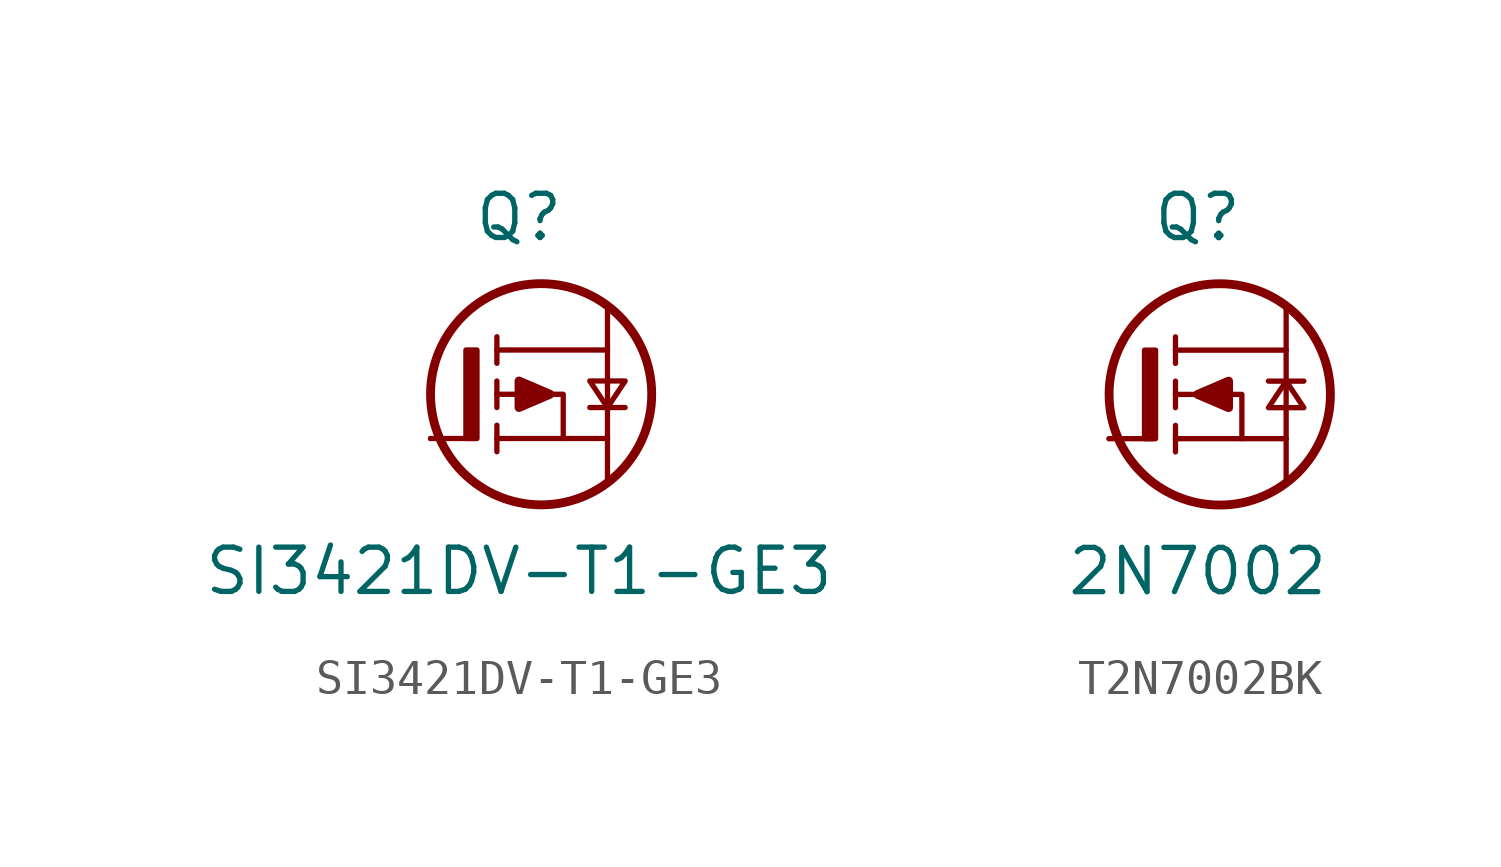
<source format=kicad_sym>
(kicad_symbol_lib
  (version 20231120)
  (generator "kicad_symbol_editor")
  (generator_version "8.0")
  (symbol "SI3421DV-T1-GE3"
    (pin_numbers hide)
    (pin_names
      (offset 1.016) hide)
    (property "Reference" "Q"
      (at 0 5.08 0)
      (effects (font (size 1.27 1.27))))
    (property "Value" "SI3421DV-T1-GE3"
      (at 0 -5.08 0)
      (effects (font (size 1.27 1.27))))
    (symbol "SI3421DV-T1-GE3_0_0"
      (polyline (pts (xy -0.635 -1.27) (xy -0.635 -1.651)) (stroke (width 0) (type solid)) (fill (type none)))
      (polyline (pts (xy -0.635 -1.27) (xy -0.635 -0.889)) (stroke (width 0) (type solid)) (fill (type none)))
      (polyline (pts (xy -0.635 0) (xy -0.635 -0.381)) (stroke (width 0) (type solid)) (fill (type none)))
      (polyline (pts (xy -0.635 0) (xy -0.635 0.381)) (stroke (width 0) (type solid)) (fill (type none)))
      (polyline (pts (xy -0.635 1.27) (xy -0.635 0.889)) (stroke (width 0) (type solid)) (fill (type none)))
      (polyline (pts (xy -0.635 1.27) (xy -0.635 1.651)) (stroke (width 0) (type solid)) (fill (type none)))
      (polyline (pts (xy 2.54 -2.54) (xy 2.54 -1.27)) (stroke (width 0) (type solid)) (fill (type none)))
      (polyline (pts (xy 2.54 -1.27) (xy -0.635 -1.27)) (stroke (width 0) (type solid)) (fill (type none)))
      (polyline (pts (xy 2.54 1.27) (xy -0.635 1.27)) (stroke (width 0) (type solid)) (fill (type none)))
      (polyline (pts (xy 2.54 1.27) (xy 2.54 -1.27)) (stroke (width 0) (type solid)) (fill (type none)))
      (polyline (pts (xy 2.54 1.27) (xy 2.54 2.54)) (stroke (width 0) (type solid)) (fill (type none)))
      (polyline (pts (xy 3.048 -0.381) (xy 2.032 -0.381)) (stroke (width 0) (type solid)) (fill (type none)))
      (polyline (pts (xy 3.048 0.381) (xy 2.032 0.381) (xy 2.54 -0.381) (xy 3.048 0.381)) (stroke (width 0) (type solid)) (fill (type none)))
      (polyline (pts (xy -0.635 0) (xy -0.127 0) (xy 0.635 0) (xy 1.27 0) (xy 1.27 -1.27)) (stroke (width 0) (type solid)) (fill (type none))))
    (symbol "SI3421DV-T1-GE3_0_1"
      (rectangle (start -1.524 1.27) (end -1.206 -1.27) (stroke (width 0) (type default)) (fill (type outline)))
      (polyline (pts (xy -2.54 -1.27) (xy -1.27 -1.27)) (stroke (width 0) (type default)) (fill (type none)))
      (polyline (pts (xy 0.889 0) (xy 0 -0.381) (xy 0 0.381) (xy 0.889 0)) (stroke (width 0.254) (type default)) (fill (type outline))))
    (symbol "SI3421DV-T1-GE3_1_0"
      (circle (center 0.635 0) (radius 3.175) (stroke (width 0.254) (type solid)) (fill (type none))))
    (symbol "SI3421DV-T1-GE3_1_1"
      (pin passive line (at -2.54 -1.27 0) (length 0) (name "G" (effects (font (size 1.27 1.27)))) (number "1" (effects (font (size 1.27 1.27)))))
      (pin passive line (at 2.54 -2.54 180) (length 0) (name "S" (effects (font (size 1.27 1.27)))) (number "2" (effects (font (size 1.27 1.27)))))
      (pin passive line (at 2.54 2.54 180) (length 0) (name "D" (effects (font (size 1.27 1.27)))) (number "3" (effects (font (size 1.27 1.27)))))))
  (symbol "T2N7002BK"
    (pin_numbers hide)
    (pin_names
      (offset 1.016) hide)
    (property "Reference" "Q"
      (at 0 5.08 0)
      (effects (font (size 1.27 1.27))))
    (property "Value" "2N7002"
      (at 0 -5.08 0)
      (effects (font (size 1.27 1.27))))
    (symbol "T2N7002BK_0_0"
      (polyline (pts (xy -0.635 -1.27) (xy -0.635 -1.651)) (stroke (width 0) (type solid)) (fill (type none)))
      (polyline (pts (xy -0.635 -1.27) (xy -0.635 -0.889)) (stroke (width 0) (type solid)) (fill (type none)))
      (polyline (pts (xy -0.635 0) (xy -0.635 -0.381)) (stroke (width 0) (type solid)) (fill (type none)))
      (polyline (pts (xy -0.635 0) (xy -0.635 0.381)) (stroke (width 0) (type solid)) (fill (type none)))
      (polyline (pts (xy -0.635 1.27) (xy -0.635 0.889)) (stroke (width 0) (type solid)) (fill (type none)))
      (polyline (pts (xy -0.635 1.27) (xy -0.635 1.651)) (stroke (width 0) (type solid)) (fill (type none)))
      (polyline (pts (xy 2.032 0.381) (xy 3.048 0.381)) (stroke (width 0) (type solid)) (fill (type none)))
      (polyline (pts (xy 2.54 -2.54) (xy 2.54 -1.27)) (stroke (width 0) (type solid)) (fill (type none)))
      (polyline (pts (xy 2.54 -1.27) (xy -0.635 -1.27)) (stroke (width 0) (type solid)) (fill (type none)))
      (polyline (pts (xy 2.54 1.27) (xy -0.635 1.27)) (stroke (width 0) (type solid)) (fill (type none)))
      (polyline (pts (xy 2.54 1.27) (xy 2.54 -1.27)) (stroke (width 0) (type solid)) (fill (type none)))
      (polyline (pts (xy 2.54 1.27) (xy 2.54 2.54)) (stroke (width 0) (type solid)) (fill (type none)))
      (polyline (pts (xy 2.032 -0.381) (xy 3.048 -0.381) (xy 2.54 0.381) (xy 2.032 -0.381)) (stroke (width 0) (type solid)) (fill (type none)))
      (polyline (pts (xy -0.635 0) (xy -0.127 0) (xy 0.635 0) (xy 1.27 0) (xy 1.27 -1.27)) (stroke (width 0) (type solid)) (fill (type none))))
    (symbol "T2N7002BK_0_1"
      (rectangle (start -1.524 1.27) (end -1.206 -1.27) (stroke (width 0) (type default)) (fill (type outline)))
      (polyline (pts (xy -2.54 -1.27) (xy -1.27 -1.27)) (stroke (width 0) (type default)) (fill (type none)))
      (polyline (pts (xy 0 0) (xy 0.889 -0.381) (xy 0.889 0.381) (xy 0 0)) (stroke (width 0.254) (type default)) (fill (type outline))))
    (symbol "T2N7002BK_1_0"
      (circle (center 0.635 0) (radius 3.175) (stroke (width 0.254) (type solid)) (fill (type none))))
    (symbol "T2N7002BK_1_1"
      (pin passive line (at -2.54 -1.27 0) (length 0) (name "G" (effects (font (size 1.27 1.27)))) (number "1" (effects (font (size 1.27 1.27)))))
      (pin passive line (at 2.54 -2.54 180) (length 0) (name "S" (effects (font (size 1.27 1.27)))) (number "2" (effects (font (size 1.27 1.27)))))
      (pin passive line (at 2.54 2.54 180) (length 0) (name "D" (effects (font (size 1.27 1.27)))) (number "3" (effects (font (size 1.27 1.27))))))))
</source>
